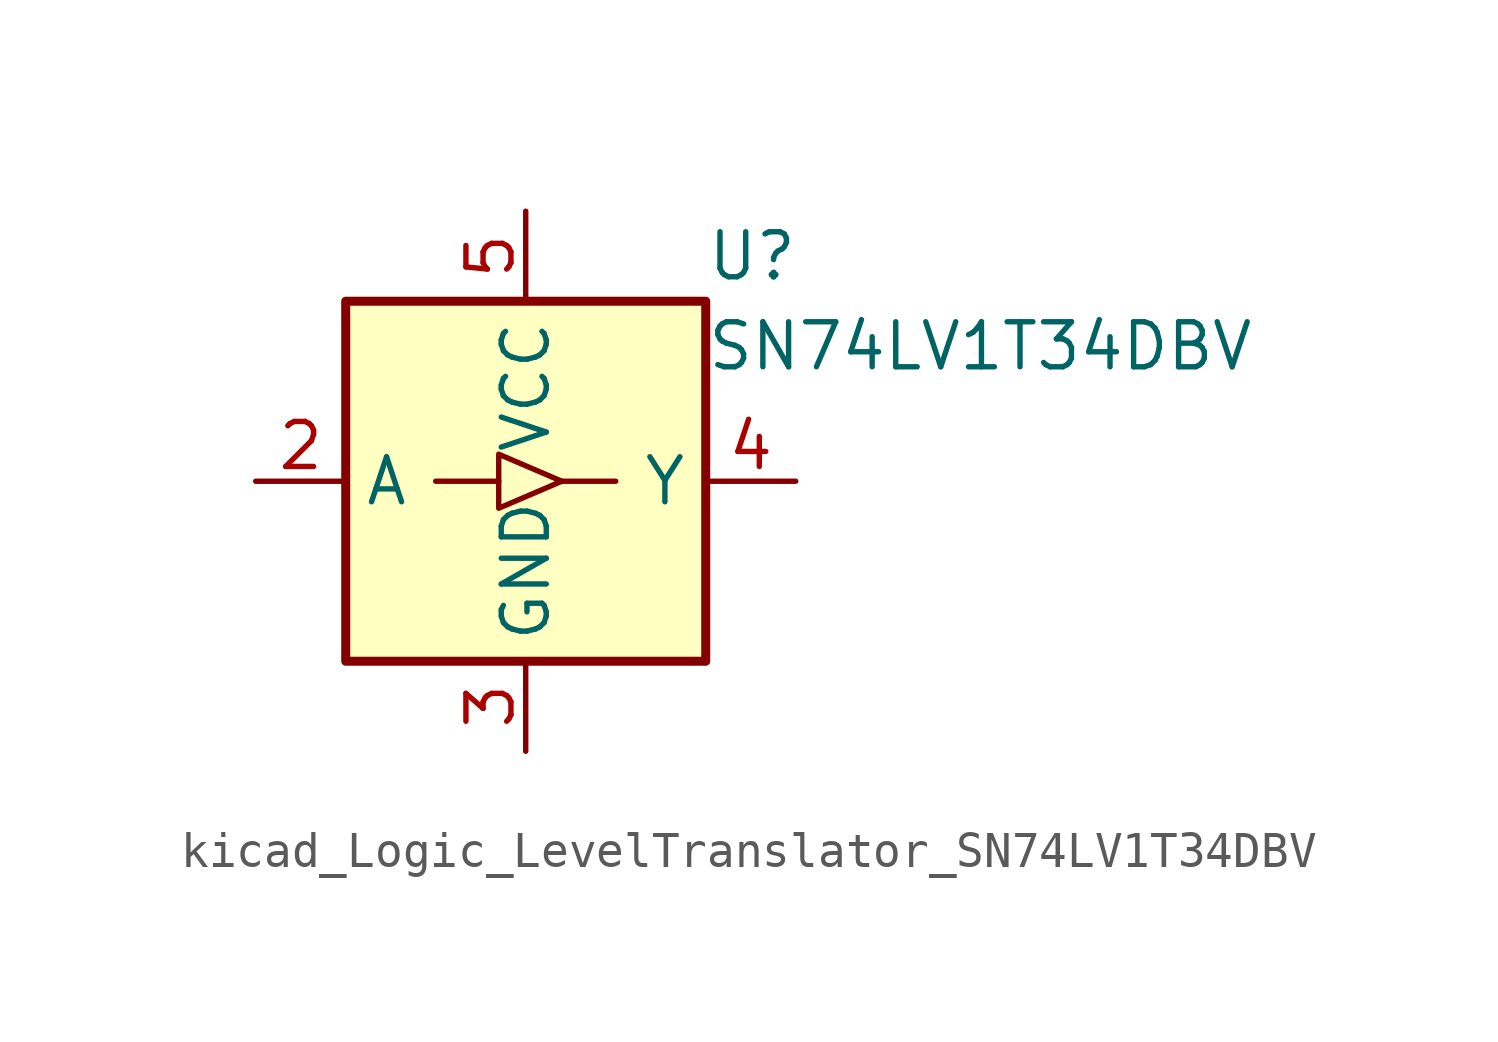
<source format=kicad_sym>
(kicad_symbol_lib
  (version 20220914)
  (generator kicad_symbol_editor)
  (symbol "kicad_Logic_LevelTranslator_SN74LV1T34DBV"
    (property "Reference" "U"
      (at 5.08 6.35 0)
      (effects (font (size 1.27 1.27)) (justify left)))
    (property "Value" "SN74LV1T34DBV"
      (at 5.08 3.81 0)
      (effects (font (size 1.27 1.27)) (justify left)))
    (symbol "kicad_Logic_LevelTranslator_SN74LV1T34DBV_0_1"
      (rectangle (start -5.08 5.08) (end 5.08 -5.08) (stroke (width 0.254) (type default)) (fill (type background)))
      (polyline (pts (xy -0.762 0) (xy -2.54 0)) (stroke (width 0) (type default)) (fill (type none)))
      (polyline (pts (xy 1.016 0) (xy 2.54 0)) (stroke (width 0) (type default)) (fill (type none))))
    (symbol "kicad_Logic_LevelTranslator_SN74LV1T34DBV_1_1"
      (polyline (pts (xy -0.762 -0.762) (xy -0.762 0.762) (xy 1.016 0) (xy -0.762 -0.762)) (stroke (width 0) (type default)) (fill (type none)))
      (pin no_connect line (at -5.08 2.54 0) (length 2.54) hide (name "NC" (effects (font (size 1.27 1.27)))) (number "1" (effects (font (size 1.27 1.27)))))
      (pin input line (at -7.62 0 0) (length 2.54) (name "A" (effects (font (size 1.27 1.27)))) (number "2" (effects (font (size 1.27 1.27)))))
      (pin power_in line (at 0 -7.62 90) (length 2.54) (name "GND" (effects (font (size 1.27 1.27)))) (number "3" (effects (font (size 1.27 1.27)))))
      (pin output line (at 7.62 0 180) (length 2.54) (name "Y" (effects (font (size 1.27 1.27)))) (number "4" (effects (font (size 1.27 1.27)))))
      (pin power_in line (at 0 7.62 270) (length 2.54) (name "VCC" (effects (font (size 1.27 1.27)))) (number "5" (effects (font (size 1.27 1.27))))))))
</source>
